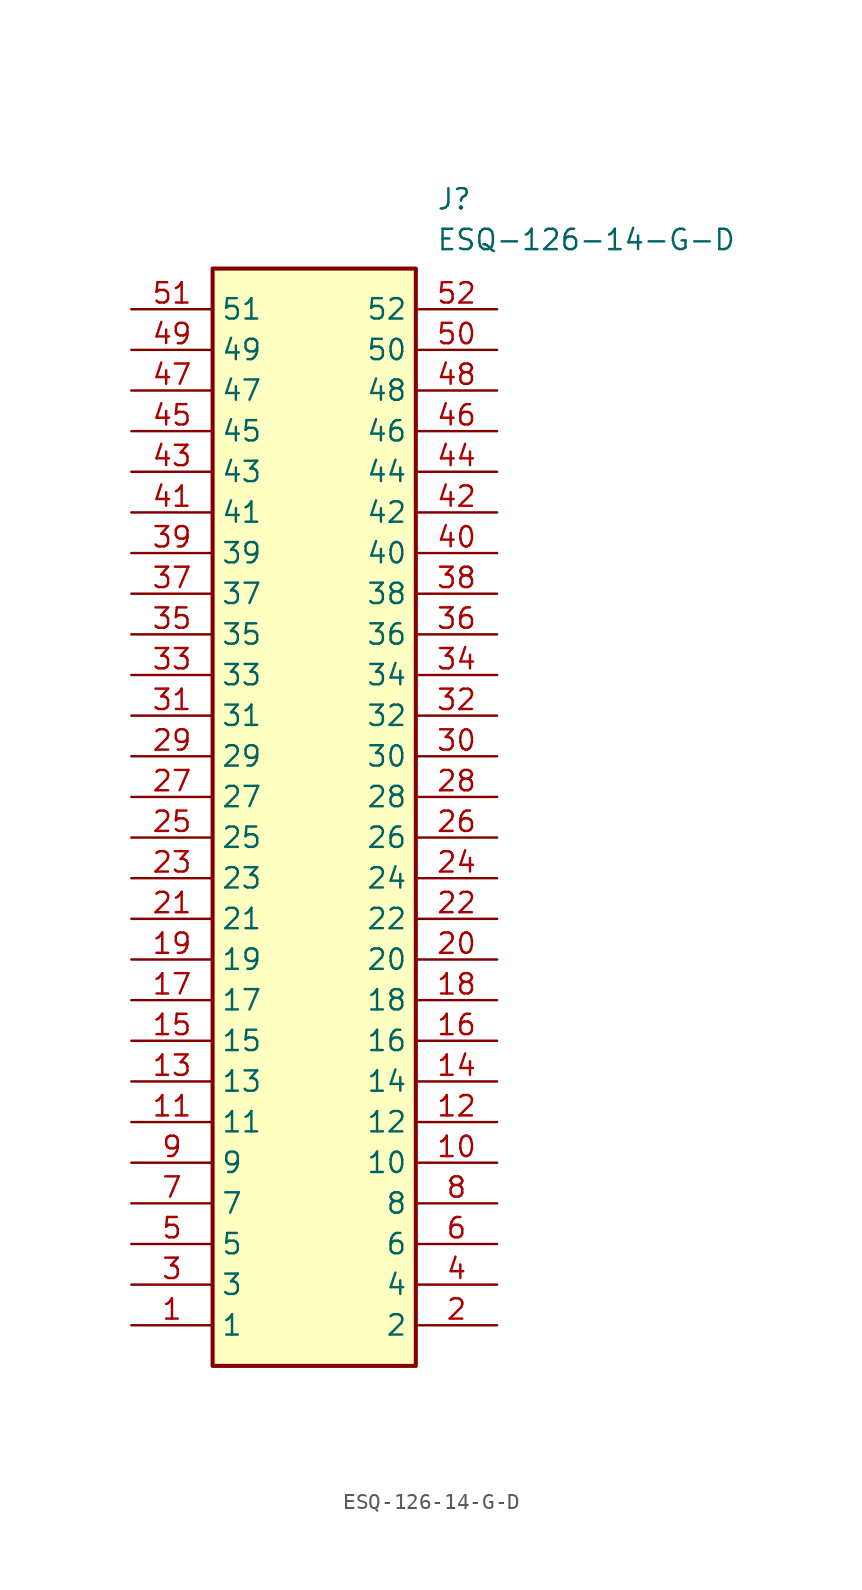
<source format=kicad_sym>
(kicad_symbol_lib
  (version 20211014)
  (generator SamacSys_ECAD_Model)
  (symbol "ESQ-126-14-G-D"
    (property "Reference" "J"
      (at 19.05 7.62 0)
      (effects (font (size 1.27 1.27)) (justify left top)))
    (property "Value" "ESQ-126-14-G-D"
      (at 19.05 5.08 0)
      (effects (font (size 1.27 1.27)) (justify left top)))
    (rectangle
      (start 5.08 2.54)
      (end 17.78 -66.04)
      (stroke (width 0.254) (type default))
      (fill (type background)))
    (pin passive line
      (at 0 -63.5 0)
      (length 5.08)
      (name "1" (effects (font (size 1.27 1.27))))
      (number "1" (effects (font (size 1.27 1.27)))))
    (pin passive line
      (at 22.86 -63.5 180)
      (length 5.08)
      (name "2" (effects (font (size 1.27 1.27))))
      (number "2" (effects (font (size 1.27 1.27)))))
    (pin passive line
      (at 0 -60.96 0)
      (length 5.08)
      (name "3" (effects (font (size 1.27 1.27))))
      (number "3" (effects (font (size 1.27 1.27)))))
    (pin passive line
      (at 22.86 -60.96 180)
      (length 5.08)
      (name "4" (effects (font (size 1.27 1.27))))
      (number "4" (effects (font (size 1.27 1.27)))))
    (pin passive line
      (at 0 -58.42 0)
      (length 5.08)
      (name "5" (effects (font (size 1.27 1.27))))
      (number "5" (effects (font (size 1.27 1.27)))))
    (pin passive line
      (at 22.86 -58.42 180)
      (length 5.08)
      (name "6" (effects (font (size 1.27 1.27))))
      (number "6" (effects (font (size 1.27 1.27)))))
    (pin passive line
      (at 0 -55.88 0)
      (length 5.08)
      (name "7" (effects (font (size 1.27 1.27))))
      (number "7" (effects (font (size 1.27 1.27)))))
    (pin passive line
      (at 22.86 -55.88 180)
      (length 5.08)
      (name "8" (effects (font (size 1.27 1.27))))
      (number "8" (effects (font (size 1.27 1.27)))))
    (pin passive line
      (at 0 -53.34 0)
      (length 5.08)
      (name "9" (effects (font (size 1.27 1.27))))
      (number "9" (effects (font (size 1.27 1.27)))))
    (pin passive line
      (at 22.86 -53.34 180)
      (length 5.08)
      (name "10" (effects (font (size 1.27 1.27))))
      (number "10" (effects (font (size 1.27 1.27)))))
    (pin passive line
      (at 0 -50.8 0)
      (length 5.08)
      (name "11" (effects (font (size 1.27 1.27))))
      (number "11" (effects (font (size 1.27 1.27)))))
    (pin passive line
      (at 22.86 -50.8 180)
      (length 5.08)
      (name "12" (effects (font (size 1.27 1.27))))
      (number "12" (effects (font (size 1.27 1.27)))))
    (pin passive line
      (at 0 -48.26 0)
      (length 5.08)
      (name "13" (effects (font (size 1.27 1.27))))
      (number "13" (effects (font (size 1.27 1.27)))))
    (pin passive line
      (at 22.86 -48.26 180)
      (length 5.08)
      (name "14" (effects (font (size 1.27 1.27))))
      (number "14" (effects (font (size 1.27 1.27)))))
    (pin passive line
      (at 0 -45.72 0)
      (length 5.08)
      (name "15" (effects (font (size 1.27 1.27))))
      (number "15" (effects (font (size 1.27 1.27)))))
    (pin passive line
      (at 22.86 -45.72 180)
      (length 5.08)
      (name "16" (effects (font (size 1.27 1.27))))
      (number "16" (effects (font (size 1.27 1.27)))))
    (pin passive line
      (at 0 -43.18 0)
      (length 5.08)
      (name "17" (effects (font (size 1.27 1.27))))
      (number "17" (effects (font (size 1.27 1.27)))))
    (pin passive line
      (at 22.86 -43.18 180)
      (length 5.08)
      (name "18" (effects (font (size 1.27 1.27))))
      (number "18" (effects (font (size 1.27 1.27)))))
    (pin passive line
      (at 0 -40.64 0)
      (length 5.08)
      (name "19" (effects (font (size 1.27 1.27))))
      (number "19" (effects (font (size 1.27 1.27)))))
    (pin passive line
      (at 22.86 -40.64 180)
      (length 5.08)
      (name "20" (effects (font (size 1.27 1.27))))
      (number "20" (effects (font (size 1.27 1.27)))))
    (pin passive line
      (at 0 -38.1 0)
      (length 5.08)
      (name "21" (effects (font (size 1.27 1.27))))
      (number "21" (effects (font (size 1.27 1.27)))))
    (pin passive line
      (at 22.86 -38.1 180)
      (length 5.08)
      (name "22" (effects (font (size 1.27 1.27))))
      (number "22" (effects (font (size 1.27 1.27)))))
    (pin passive line
      (at 0 -35.56 0)
      (length 5.08)
      (name "23" (effects (font (size 1.27 1.27))))
      (number "23" (effects (font (size 1.27 1.27)))))
    (pin passive line
      (at 22.86 -35.56 180)
      (length 5.08)
      (name "24" (effects (font (size 1.27 1.27))))
      (number "24" (effects (font (size 1.27 1.27)))))
    (pin passive line
      (at 0 -33.02 0)
      (length 5.08)
      (name "25" (effects (font (size 1.27 1.27))))
      (number "25" (effects (font (size 1.27 1.27)))))
    (pin passive line
      (at 22.86 -33.02 180)
      (length 5.08)
      (name "26" (effects (font (size 1.27 1.27))))
      (number "26" (effects (font (size 1.27 1.27)))))
    (pin passive line
      (at 0 -30.48 0)
      (length 5.08)
      (name "27" (effects (font (size 1.27 1.27))))
      (number "27" (effects (font (size 1.27 1.27)))))
    (pin passive line
      (at 22.86 -30.48 180)
      (length 5.08)
      (name "28" (effects (font (size 1.27 1.27))))
      (number "28" (effects (font (size 1.27 1.27)))))
    (pin passive line
      (at 0 -27.94 0)
      (length 5.08)
      (name "29" (effects (font (size 1.27 1.27))))
      (number "29" (effects (font (size 1.27 1.27)))))
    (pin passive line
      (at 22.86 -27.94 180)
      (length 5.08)
      (name "30" (effects (font (size 1.27 1.27))))
      (number "30" (effects (font (size 1.27 1.27)))))
    (pin passive line
      (at 0 -25.4 0)
      (length 5.08)
      (name "31" (effects (font (size 1.27 1.27))))
      (number "31" (effects (font (size 1.27 1.27)))))
    (pin passive line
      (at 22.86 -25.4 180)
      (length 5.08)
      (name "32" (effects (font (size 1.27 1.27))))
      (number "32" (effects (font (size 1.27 1.27)))))
    (pin passive line
      (at 0 -22.86 0)
      (length 5.08)
      (name "33" (effects (font (size 1.27 1.27))))
      (number "33" (effects (font (size 1.27 1.27)))))
    (pin passive line
      (at 22.86 -22.86 180)
      (length 5.08)
      (name "34" (effects (font (size 1.27 1.27))))
      (number "34" (effects (font (size 1.27 1.27)))))
    (pin passive line
      (at 0 -20.32 0)
      (length 5.08)
      (name "35" (effects (font (size 1.27 1.27))))
      (number "35" (effects (font (size 1.27 1.27)))))
    (pin passive line
      (at 22.86 -20.32 180)
      (length 5.08)
      (name "36" (effects (font (size 1.27 1.27))))
      (number "36" (effects (font (size 1.27 1.27)))))
    (pin passive line
      (at 0 -17.78 0)
      (length 5.08)
      (name "37" (effects (font (size 1.27 1.27))))
      (number "37" (effects (font (size 1.27 1.27)))))
    (pin passive line
      (at 22.86 -17.78 180)
      (length 5.08)
      (name "38" (effects (font (size 1.27 1.27))))
      (number "38" (effects (font (size 1.27 1.27)))))
    (pin passive line
      (at 0 -15.24 0)
      (length 5.08)
      (name "39" (effects (font (size 1.27 1.27))))
      (number "39" (effects (font (size 1.27 1.27)))))
    (pin passive line
      (at 22.86 -15.24 180)
      (length 5.08)
      (name "40" (effects (font (size 1.27 1.27))))
      (number "40" (effects (font (size 1.27 1.27)))))
    (pin passive line
      (at 0 -12.7 0)
      (length 5.08)
      (name "41" (effects (font (size 1.27 1.27))))
      (number "41" (effects (font (size 1.27 1.27)))))
    (pin passive line
      (at 22.86 -12.7 180)
      (length 5.08)
      (name "42" (effects (font (size 1.27 1.27))))
      (number "42" (effects (font (size 1.27 1.27)))))
    (pin passive line
      (at 0 -10.16 0)
      (length 5.08)
      (name "43" (effects (font (size 1.27 1.27))))
      (number "43" (effects (font (size 1.27 1.27)))))
    (pin passive line
      (at 22.86 -10.16 180)
      (length 5.08)
      (name "44" (effects (font (size 1.27 1.27))))
      (number "44" (effects (font (size 1.27 1.27)))))
    (pin passive line
      (at 0 -7.62 0)
      (length 5.08)
      (name "45" (effects (font (size 1.27 1.27))))
      (number "45" (effects (font (size 1.27 1.27)))))
    (pin passive line
      (at 22.86 -7.62 180)
      (length 5.08)
      (name "46" (effects (font (size 1.27 1.27))))
      (number "46" (effects (font (size 1.27 1.27)))))
    (pin passive line
      (at 0 -5.08 0)
      (length 5.08)
      (name "47" (effects (font (size 1.27 1.27))))
      (number "47" (effects (font (size 1.27 1.27)))))
    (pin passive line
      (at 22.86 -5.08 180)
      (length 5.08)
      (name "48" (effects (font (size 1.27 1.27))))
      (number "48" (effects (font (size 1.27 1.27)))))
    (pin passive line
      (at 0 -2.54 0)
      (length 5.08)
      (name "49" (effects (font (size 1.27 1.27))))
      (number "49" (effects (font (size 1.27 1.27)))))
    (pin passive line
      (at 22.86 -2.54 180)
      (length 5.08)
      (name "50" (effects (font (size 1.27 1.27))))
      (number "50" (effects (font (size 1.27 1.27)))))
    (pin passive line
      (at 0 0 0)
      (length 5.08)
      (name "51" (effects (font (size 1.27 1.27))))
      (number "51" (effects (font (size 1.27 1.27)))))
    (pin passive line
      (at 22.86 0 180)
      (length 5.08)
      (name "52" (effects (font (size 1.27 1.27))))
      (number "52" (effects (font (size 1.27 1.27)))))))
</source>
